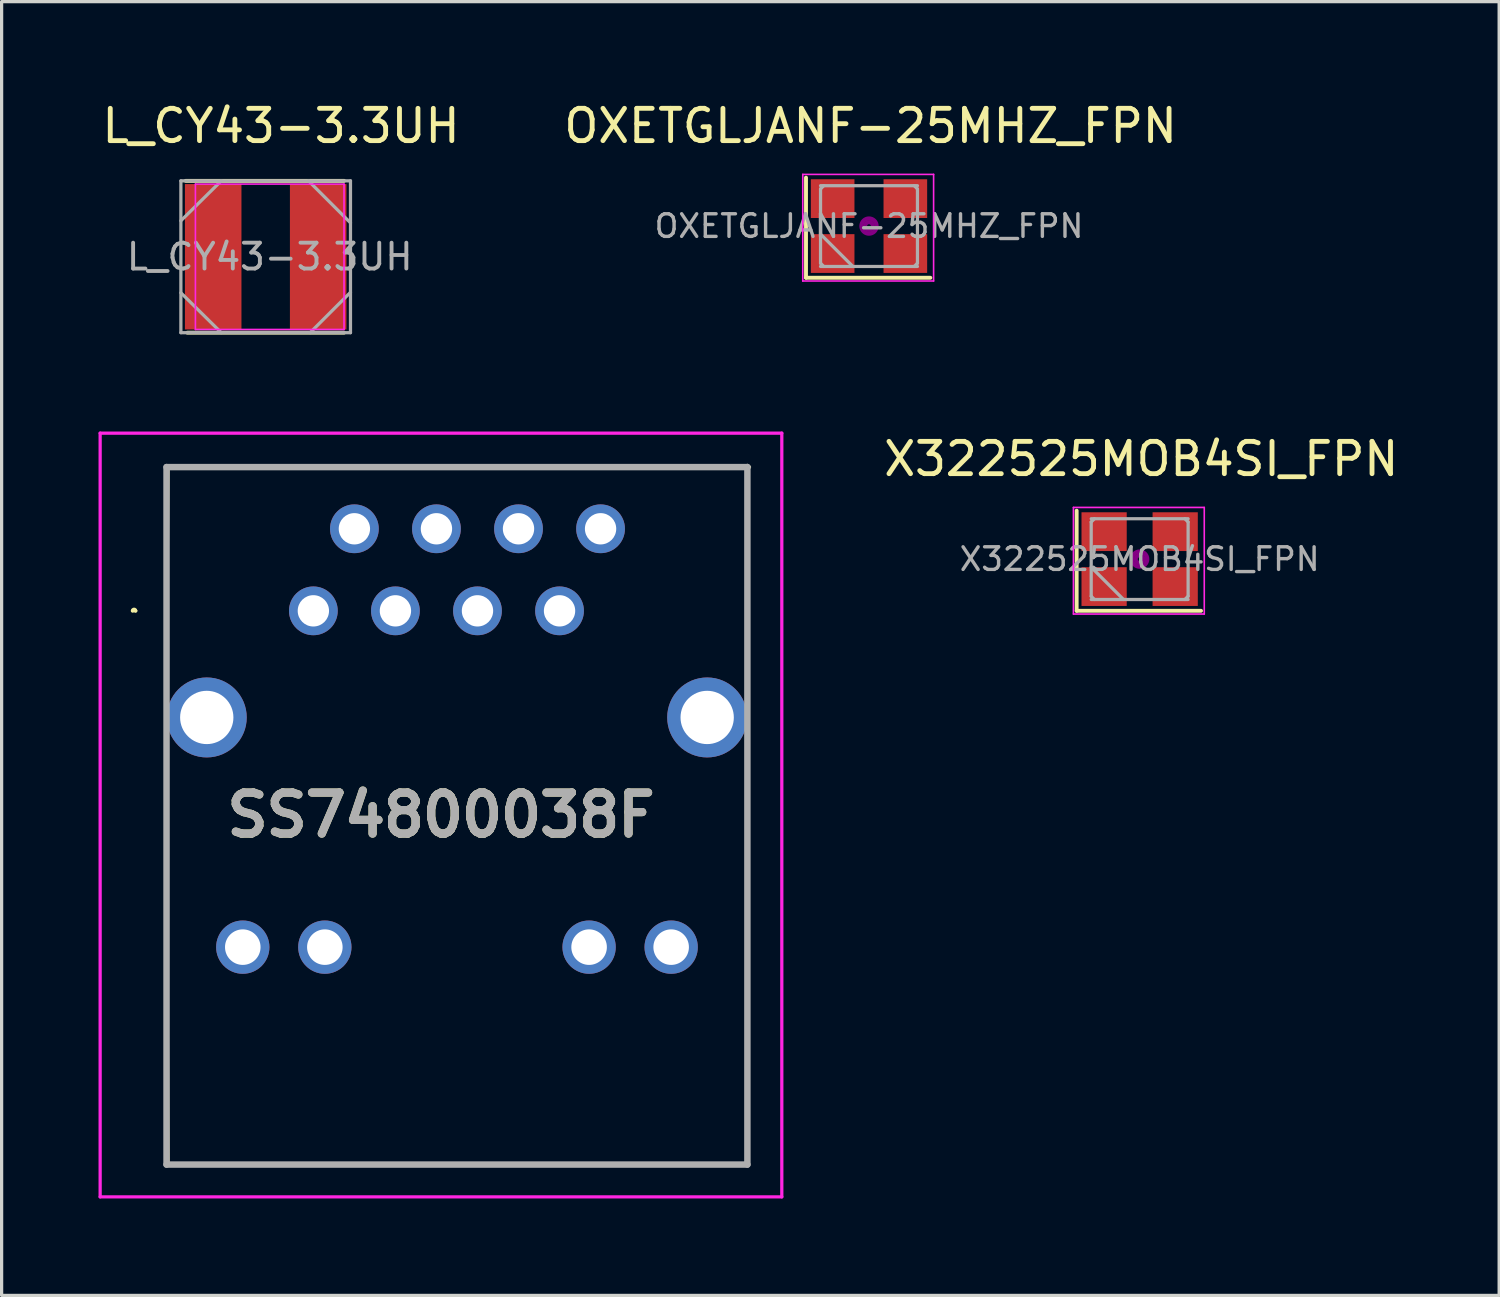
<source format=kicad_pcb>
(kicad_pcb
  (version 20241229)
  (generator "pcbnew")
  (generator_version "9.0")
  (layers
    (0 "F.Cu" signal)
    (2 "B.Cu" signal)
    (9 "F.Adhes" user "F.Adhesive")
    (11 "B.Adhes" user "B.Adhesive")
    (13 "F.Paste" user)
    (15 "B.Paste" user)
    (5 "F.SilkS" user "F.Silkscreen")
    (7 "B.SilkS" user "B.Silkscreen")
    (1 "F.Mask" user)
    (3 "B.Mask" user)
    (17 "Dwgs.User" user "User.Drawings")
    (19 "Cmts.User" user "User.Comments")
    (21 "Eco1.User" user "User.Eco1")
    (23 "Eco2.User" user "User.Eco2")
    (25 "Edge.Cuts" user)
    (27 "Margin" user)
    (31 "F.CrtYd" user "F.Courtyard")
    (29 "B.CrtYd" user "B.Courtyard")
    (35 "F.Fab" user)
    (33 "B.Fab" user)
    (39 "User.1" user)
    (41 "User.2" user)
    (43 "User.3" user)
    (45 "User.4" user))
  (footprint "OXETGLJANF-25MHZ_FPN"
    (layer "F.Cu")
    (at 23.849 3.948)
    (property "Reference" "OXETGLJANF-25MHZ_FPN" (at 0.05 -3.1 0) (layer "F.SilkS") (effects (font (size 1 1) (thickness 0.15))))
    (attr smd)
    (fp_line (start -1.95 -1.5) (end -1.95 1.6) (stroke (width 0.12) (type solid)) (layer "F.SilkS"))
    (fp_line (start -1.95 1.6) (end 1.9 1.6) (stroke (width 0.12) (type solid)) (layer "F.SilkS"))
    (fp_circle (center 0 0) (end 0.058 0) (stroke (width 0.117) (type solid)) (fill no) (layer "F.Adhes"))
    (fp_circle (center 0 0) (end 0.133 0) (stroke (width 0.083) (type solid)) (fill no) (layer "F.Adhes"))
    (fp_circle (center 0 0) (end 0.208 0) (stroke (width 0.083) (type solid)) (fill no) (layer "F.Adhes"))
    (fp_circle (center 0 0) (end 0.25 0) (stroke (width 0.1) (type solid)) (fill no) (layer "F.Adhes"))
    (fp_line (start -2.05 -1.6) (end -2.05 1.7) (stroke (width 0.05) (type solid)) (layer "F.CrtYd"))
    (fp_line (start -2.05 1.7) (end 2 1.7) (stroke (width 0.05) (type solid)) (layer "F.CrtYd"))
    (fp_line (start 2 -1.6) (end -2.05 -1.6) (stroke (width 0.05) (type solid)) (layer "F.CrtYd"))
    (fp_line (start 2 1.7) (end 2 -1.6) (stroke (width 0.05) (type solid)) (layer "F.CrtYd"))
    (fp_line (start -1.5 -1.25) (end 1.5 -1.25) (stroke (width 0.1) (type solid)) (layer "F.Fab"))
    (fp_line (start -1.5 -1.15) (end -1.4 -1.25) (stroke (width 0.1) (type solid)) (layer "F.Fab"))
    (fp_line (start -1.5 0.25) (end -0.5 1.25) (stroke (width 0.1) (type solid)) (layer "F.Fab"))
    (fp_line (start -1.5 1.15) (end -1.5 -1.15) (stroke (width 0.1) (type solid)) (layer "F.Fab"))
    (fp_line (start -1.4 1.25) (end -1.5 1.15) (stroke (width 0.1) (type solid)) (layer "F.Fab"))
    (fp_line (start 1.4 -1.25) (end 1.5 -1.15) (stroke (width 0.1) (type solid)) (layer "F.Fab"))
    (fp_line (start 1.5 -1.15) (end 1.5 1.15) (stroke (width 0.1) (type solid)) (layer "F.Fab"))
    (fp_line (start 1.5 1.15) (end 1.4 1.25) (stroke (width 0.1) (type solid)) (layer "F.Fab"))
    (fp_line (start 1.5 1.25) (end -1.5 1.25) (stroke (width 0.1) (type solid)) (layer "F.Fab"))
    (fp_text user "${REFERENCE}" (at 0 0 0) (layer "F.Fab") (effects (font (size 0.7 0.7) (thickness 0.105))))
    (pad "1" smd rect (at -1.125 0.85) (size 1.35 1.2) (layers "F.Cu" "F.Mask" "F.Paste"))
    (pad "2" smd rect (at 1.125 0.85) (size 1.35 1.2) (layers "F.Cu" "F.Mask" "F.Paste"))
    (pad "3" smd rect (at 1.125 -0.85) (size 1.35 1.2) (layers "F.Cu" "F.Mask" "F.Paste"))
    (pad "4" smd rect (at -1.125 -0.85) (size 1.35 1.2) (layers "F.Cu" "F.Mask" "F.Paste")))
  (footprint "X322525MOB4SI_FPN"
    (layer "F.Cu")
    (at 32.227 14.257)
    (property "Reference" "X322525MOB4SI_FPN" (at 0.05 -3.1 0) (layer "F.SilkS") (effects (font (size 1 1) (thickness 0.15))))
    (attr smd)
    (fp_line (start -1.95 -1.5) (end -1.95 1.6) (stroke (width 0.12) (type solid)) (layer "F.SilkS"))
    (fp_line (start -1.95 1.6) (end 1.9 1.6) (stroke (width 0.12) (type solid)) (layer "F.SilkS"))
    (fp_circle (center 0 0) (end 0.058 0) (stroke (width 0.117) (type solid)) (fill no) (layer "F.Adhes"))
    (fp_circle (center 0 0) (end 0.133 0) (stroke (width 0.083) (type solid)) (fill no) (layer "F.Adhes"))
    (fp_circle (center 0 0) (end 0.208 0) (stroke (width 0.083) (type solid)) (fill no) (layer "F.Adhes"))
    (fp_circle (center 0 0) (end 0.25 0) (stroke (width 0.1) (type solid)) (fill no) (layer "F.Adhes"))
    (fp_line (start -2.05 -1.6) (end -2.05 1.7) (stroke (width 0.05) (type solid)) (layer "F.CrtYd"))
    (fp_line (start -2.05 1.7) (end 2 1.7) (stroke (width 0.05) (type solid)) (layer "F.CrtYd"))
    (fp_line (start 2 -1.6) (end -2.05 -1.6) (stroke (width 0.05) (type solid)) (layer "F.CrtYd"))
    (fp_line (start 2 1.7) (end 2 -1.6) (stroke (width 0.05) (type solid)) (layer "F.CrtYd"))
    (fp_line (start -1.5 -1.25) (end 1.5 -1.25) (stroke (width 0.1) (type solid)) (layer "F.Fab"))
    (fp_line (start -1.5 -1.15) (end -1.4 -1.25) (stroke (width 0.1) (type solid)) (layer "F.Fab"))
    (fp_line (start -1.5 0.25) (end -0.5 1.25) (stroke (width 0.1) (type solid)) (layer "F.Fab"))
    (fp_line (start -1.5 1.15) (end -1.5 -1.15) (stroke (width 0.1) (type solid)) (layer "F.Fab"))
    (fp_line (start -1.4 1.25) (end -1.5 1.15) (stroke (width 0.1) (type solid)) (layer "F.Fab"))
    (fp_line (start 1.4 -1.25) (end 1.5 -1.15) (stroke (width 0.1) (type solid)) (layer "F.Fab"))
    (fp_line (start 1.5 -1.15) (end 1.5 1.15) (stroke (width 0.1) (type solid)) (layer "F.Fab"))
    (fp_line (start 1.5 1.15) (end 1.4 1.25) (stroke (width 0.1) (type solid)) (layer "F.Fab"))
    (fp_line (start 1.5 1.25) (end -1.5 1.25) (stroke (width 0.1) (type solid)) (layer "F.Fab"))
    (fp_text user "${REFERENCE}" (at 0 0 0) (layer "F.Fab") (effects (font (size 0.7 0.7) (thickness 0.105))))
    (pad "1" smd rect (at -1.1 0.85) (size 1.4 1.2) (layers "F.Cu" "F.Mask" "F.Paste"))
    (pad "2" smd rect (at 1.1 0.85) (size 1.4 1.2) (layers "F.Cu" "F.Mask" "F.Paste"))
    (pad "3" smd rect (at 1.1 -0.85) (size 1.4 1.2) (layers "F.Cu" "F.Mask" "F.Paste"))
    (pad "4" smd rect (at -1.1 -0.85) (size 1.4 1.2) (layers "F.Cu" "F.Mask" "F.Paste")))
  (footprint "SS74800038F"
    (layer "F.Cu")
    (at 6.65 15.858)
    (property "Reference" "SS74800038F" (at 3.95 6.32 0) (layer "F.SilkS") (effects (font (size 1.27 1.27) (thickness 0.254))))
    (attr through_hole)
    (fp_line (start -5.6 0) (end -5.5 0) (stroke (width 0.1) (type solid)) (layer "F.SilkS"))
    (fp_line (start -5.5 0) (end -5.5 0) (stroke (width 0.1) (type solid)) (layer "F.SilkS"))
    (fp_line (start -4.545 1.5) (end -4.5 -4.45) (stroke (width 0.1) (type solid)) (layer "F.SilkS"))
    (fp_line (start -4.545 7.5) (end -4.5 17.14) (stroke (width 0.1) (type solid)) (layer "F.SilkS"))
    (fp_line (start -4.5 -4.45) (end 13.5 -4.45) (stroke (width 0.1) (type solid)) (layer "F.SilkS"))
    (fp_line (start -4.5 17.14) (end 13.435 17.14) (stroke (width 0.1) (type solid)) (layer "F.SilkS"))
    (fp_line (start 13.435 1.5) (end 13.435 -4.5) (stroke (width 0.1) (type solid)) (layer "F.SilkS"))
    (fp_line (start 13.435 17.14) (end 13.435 5.5) (stroke (width 0.1) (type solid)) (layer "F.SilkS"))
    (fp_arc (start -5.6 0) (mid -5.55 -0.05) (end -5.5 0) (stroke (width 0.1) (type solid)) (layer "F.SilkS"))
    (fp_line (start -6.6 -5.5) (end 14.5 -5.5) (stroke (width 0.1) (type solid)) (layer "F.CrtYd"))
    (fp_line (start -6.6 18.14) (end -6.6 -5.5) (stroke (width 0.1) (type solid)) (layer "F.CrtYd"))
    (fp_line (start 14.5 -5.5) (end 14.5 18.14) (stroke (width 0.1) (type solid)) (layer "F.CrtYd"))
    (fp_line (start 14.5 18.14) (end -6.6 18.14) (stroke (width 0.1) (type solid)) (layer "F.CrtYd"))
    (fp_line (start -4.545 -4.45) (end 13.435 -4.45) (stroke (width 0.2) (type solid)) (layer "F.Fab"))
    (fp_line (start -4.545 17.14) (end -4.545 -4.45) (stroke (width 0.2) (type solid)) (layer "F.Fab"))
    (fp_line (start 13.435 -4.45) (end 13.435 17.14) (stroke (width 0.2) (type solid)) (layer "F.Fab"))
    (fp_line (start 13.435 17.14) (end -4.545 17.14) (stroke (width 0.2) (type solid)) (layer "F.Fab"))
    (fp_text user "${REFERENCE}" (at 3.95 6.32 0) (layer "F.Fab") (effects (font (size 1.27 1.27) (thickness 0.254))))
    (pad "" np_thru_hole circle (at -1.27 6.35) (size 0.001 0.001) (drill 3.25) (layers "*.Cu" "*.Mask"))
    (pad "" np_thru_hole circle (at 10.16 6.35) (size 0.001 0.001) (drill 3.25) (layers "*.Cu" "*.Mask"))
    (pad "1" thru_hole circle (at 0 0) (size 1.509 1.509) (drill 0.97) (layers "*.Cu" "*.Mask"))
    (pad "2" thru_hole circle (at 1.27 -2.54) (size 1.509 1.509) (drill 0.97) (layers "*.Cu" "*.Mask"))
    (pad "3" thru_hole circle (at 2.54 0) (size 1.509 1.509) (drill 0.97) (layers "*.Cu" "*.Mask"))
    (pad "4" thru_hole circle (at 3.81 -2.54) (size 1.509 1.509) (drill 0.97) (layers "*.Cu" "*.Mask"))
    (pad "5" thru_hole circle (at 5.08 0) (size 1.509 1.509) (drill 0.97) (layers "*.Cu" "*.Mask"))
    (pad "6" thru_hole circle (at 6.35 -2.54) (size 1.509 1.509) (drill 0.97) (layers "*.Cu" "*.Mask"))
    (pad "7" thru_hole circle (at 7.62 0) (size 1.509 1.509) (drill 0.97) (layers "*.Cu" "*.Mask"))
    (pad "8" thru_hole circle (at 8.89 -2.54) (size 1.509 1.509) (drill 0.97) (layers "*.Cu" "*.Mask"))
    (pad "9" thru_hole circle (at -2.185 10.41) (size 1.65 1.65) (drill 1.1) (layers "*.Cu" "*.Mask"))
    (pad "10" thru_hole circle (at 0.355 10.41) (size 1.65 1.65) (drill 1.1) (layers "*.Cu" "*.Mask"))
    (pad "11" thru_hole circle (at 8.535 10.41) (size 1.65 1.65) (drill 1.1) (layers "*.Cu" "*.Mask"))
    (pad "12" thru_hole circle (at 11.075 10.41) (size 1.65 1.65) (drill 1.1) (layers "*.Cu" "*.Mask"))
    (pad "SH" thru_hole circle (at -3.3 3.3) (size 2.475 2.475) (drill 1.65) (layers "*.Cu" "*.Mask"))
    (pad "SH" thru_hole circle (at 12.19 3.3) (size 2.475 2.475) (drill 1.65) (layers "*.Cu" "*.Mask")))
  (footprint "L_CY43-3.3UH"
    (layer "F.Cu")
    (at 5.299 4.898)
    (property "Reference" "L_CY43-3.3UH" (at 0.35 -4.05 0) (layer "F.SilkS") (effects (font (size 1 1) (thickness 0.15))))
    (attr smd)
    (fp_line (start -2.6 -2.35) (end 2.3 -2.35) (stroke (width 0.12) (type solid)) (layer "F.SilkS"))
    (fp_line (start 2.3 2.35) (end -2.55 2.35) (stroke (width 0.12) (type solid)) (layer "F.SilkS"))
    (fp_line (start -2.3 -2.25) (end 2.3 -2.25) (stroke (width 0.05) (type solid)) (layer "F.CrtYd"))
    (fp_line (start -2.3 2.25) (end -2.3 -2.25) (stroke (width 0.05) (type solid)) (layer "F.CrtYd"))
    (fp_line (start 2.3 -2.25) (end 2.3 2.25) (stroke (width 0.05) (type solid)) (layer "F.CrtYd"))
    (fp_line (start 2.3 2.25) (end -2.3 2.25) (stroke (width 0.05) (type solid)) (layer "F.CrtYd"))
    (fp_line (start -2.75 -2.35) (end 2.5 -2.35) (stroke (width 0.1) (type solid)) (layer "F.Fab"))
    (fp_line (start -2.75 -1.115) (end -1.5 -2.35) (stroke (width 0.1) (type solid)) (layer "F.Fab"))
    (fp_line (start -2.75 2.35) (end -2.75 -2.35) (stroke (width 0.1) (type solid)) (layer "F.Fab"))
    (fp_line (start -1.5 2.35) (end -2.75 1.115) (stroke (width 0.1) (type solid)) (layer "F.Fab"))
    (fp_line (start 1.2 -2.35) (end 2.5 -1.05) (stroke (width 0.1) (type solid)) (layer "F.Fab"))
    (fp_line (start 2.5 -2.35) (end 2.5 2.35) (stroke (width 0.1) (type solid)) (layer "F.Fab"))
    (fp_line (start 2.5 1.1) (end 1.25 2.35) (stroke (width 0.1) (type solid)) (layer "F.Fab"))
    (fp_line (start 2.5 2.35) (end -2.75 2.35) (stroke (width 0.1) (type solid)) (layer "F.Fab"))
    (fp_text user "${REFERENCE}" (at 0 0 0) (layer "F.Fab") (effects (font (size 0.8 0.8) (thickness 0.12))))
    (pad "1" smd rect (at -1.75 0) (size 1.75 4.5) (layers "F.Cu" "F.Mask" "F.Paste"))
    (pad "2" smd rect (at 1.5 0) (size 1.75 4.5) (layers "F.Cu" "F.Mask" "F.Paste")))
  (gr_rect
    (start -3 -3)
    (end 43.355 37.048)
    (stroke (width 0.1) (type default))
    (fill no)
    (layer "Edge.Cuts")))
</source>
